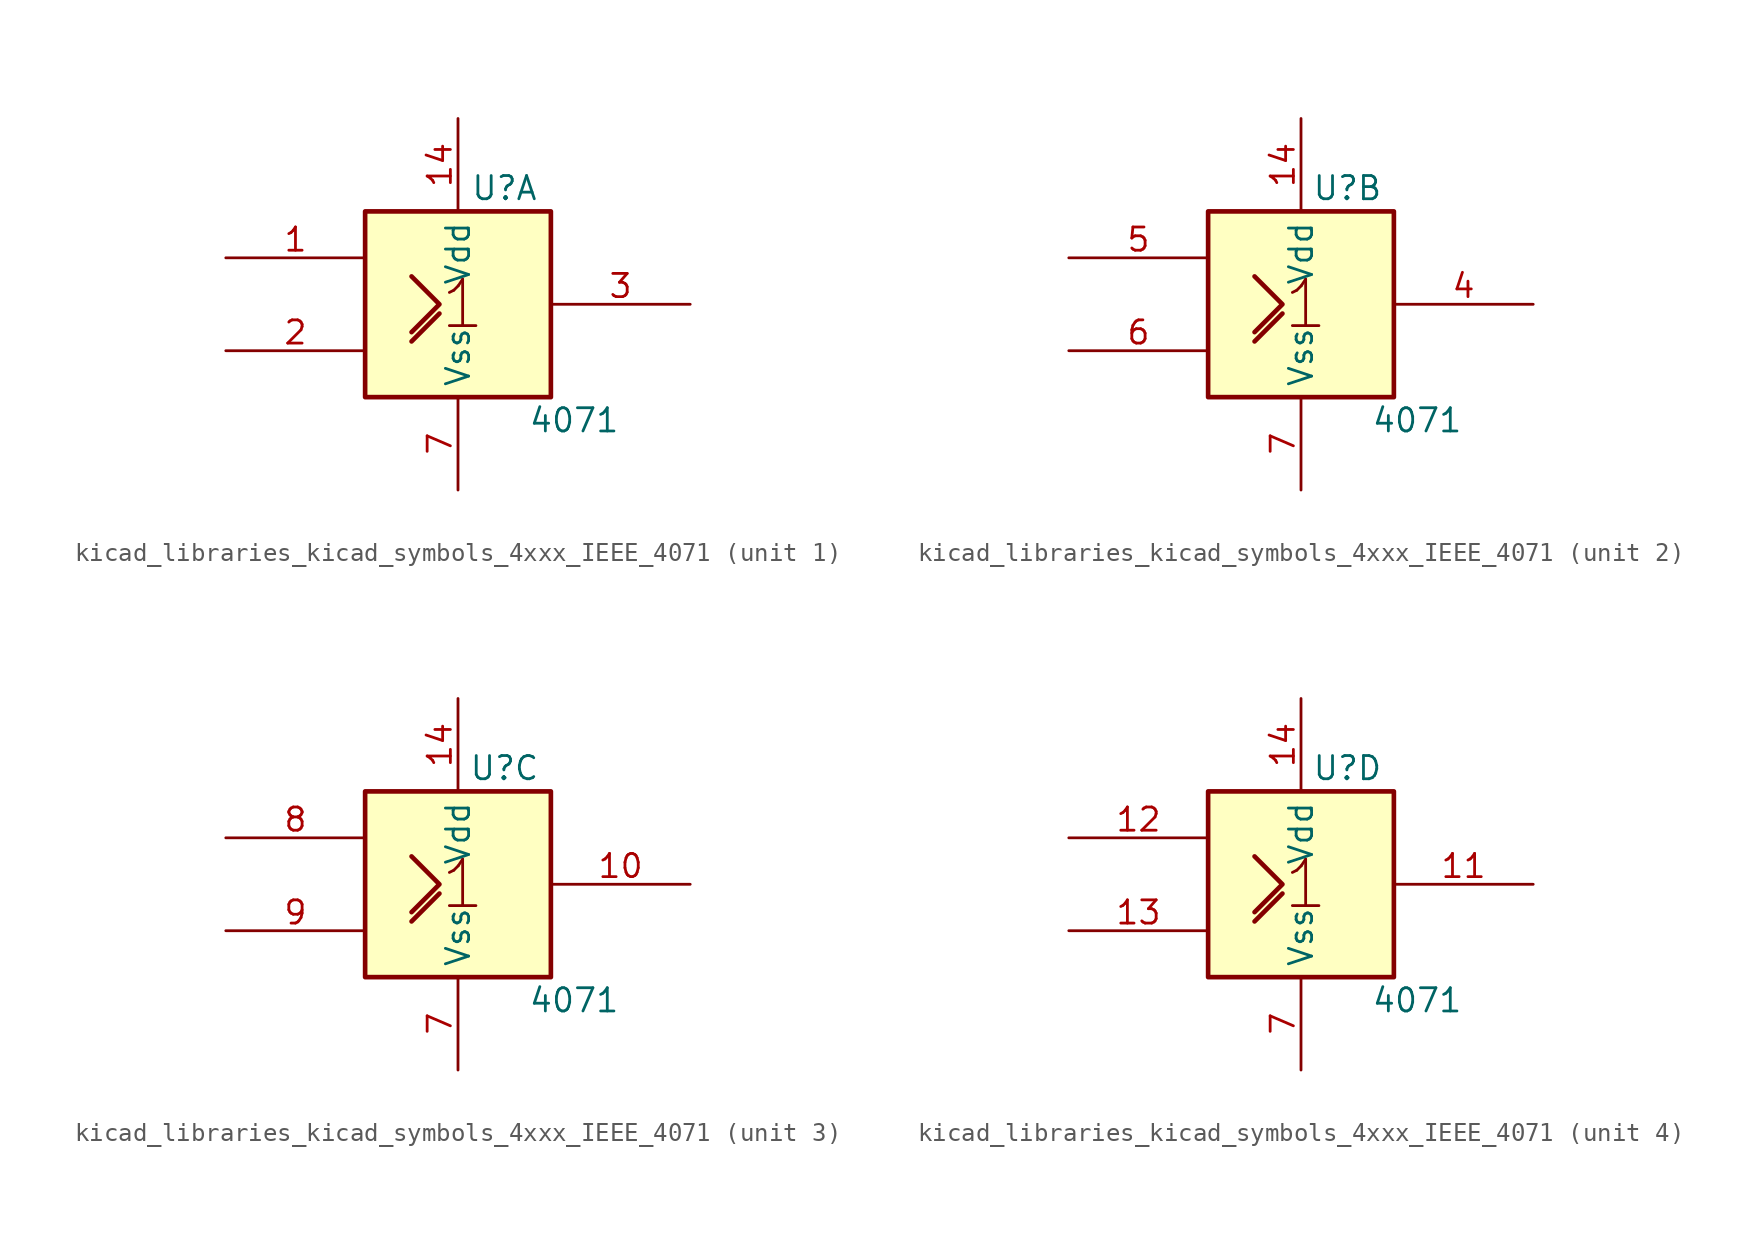
<source format=kicad_sym>
(kicad_symbol_lib
  (version 20220914)
  (generator kicad_symbol_editor)
  (symbol "kicad_libraries_kicad_symbols_4xxx_IEEE_4071"
    (property "Reference" "U"
      (at 2.54 6.35 0)
      (effects (font (size 1.27 1.27))))
    (property "Value" "4071"
      (at 6.35 -6.35 0)
      (effects (font (size 1.27 1.27))))
    (symbol "kicad_libraries_kicad_symbols_4xxx_IEEE_4071_0_0"
      (rectangle (start -5.08 5.08) (end 5.08 -5.08) (stroke (width 0.254) (type default)) (fill (type background)))
      (polyline (pts (xy -2.54 -2.032) (xy -1.016 -0.508) (xy -1.016 -0.508)) (stroke (width 0.254) (type default)) (fill (type background)))
      (polyline (pts (xy -2.54 1.524) (xy -1.016 0) (xy -2.54 -1.524) (xy -2.54 -1.524)) (stroke (width 0.254) (type default)) (fill (type background)))
      (text "1" (at 0.254 0 0) (effects (font (size 2.54 2.54))))
      (pin power_in line (at 0 10.16 270) (length 5.08) (name "Vdd" (effects (font (size 1.27 1.27)))) (number "14" (effects (font (size 1.27 1.27)))))
      (pin power_in line (at 0 -10.16 90) (length 5.08) (name "Vss" (effects (font (size 1.27 1.27)))) (number "7" (effects (font (size 1.27 1.27))))))
    (symbol "kicad_libraries_kicad_symbols_4xxx_IEEE_4071_1_1"
      (pin input line (at -12.7 2.54 0) (length 7.62) (name "~" (effects (font (size 1.27 1.27)))) (number "1" (effects (font (size 1.27 1.27)))))
      (pin input line (at -12.7 -2.54 0) (length 7.62) (name "~" (effects (font (size 1.27 1.27)))) (number "2" (effects (font (size 1.27 1.27)))))
      (pin output line (at 12.7 0 180) (length 7.62) (name "~" (effects (font (size 1.27 1.27)))) (number "3" (effects (font (size 1.27 1.27))))))
    (symbol "kicad_libraries_kicad_symbols_4xxx_IEEE_4071_2_1"
      (pin output line (at 12.7 0 180) (length 7.62) (name "~" (effects (font (size 1.27 1.27)))) (number "4" (effects (font (size 1.27 1.27)))))
      (pin input line (at -12.7 2.54 0) (length 7.62) (name "~" (effects (font (size 1.27 1.27)))) (number "5" (effects (font (size 1.27 1.27)))))
      (pin input line (at -12.7 -2.54 0) (length 7.62) (name "~" (effects (font (size 1.27 1.27)))) (number "6" (effects (font (size 1.27 1.27))))))
    (symbol "kicad_libraries_kicad_symbols_4xxx_IEEE_4071_3_1"
      (pin output line (at 12.7 0 180) (length 7.62) (name "~" (effects (font (size 1.27 1.27)))) (number "10" (effects (font (size 1.27 1.27)))))
      (pin input line (at -12.7 2.54 0) (length 7.62) (name "~" (effects (font (size 1.27 1.27)))) (number "8" (effects (font (size 1.27 1.27)))))
      (pin input line (at -12.7 -2.54 0) (length 7.62) (name "~" (effects (font (size 1.27 1.27)))) (number "9" (effects (font (size 1.27 1.27))))))
    (symbol "kicad_libraries_kicad_symbols_4xxx_IEEE_4071_4_1"
      (pin output line (at 12.7 0 180) (length 7.62) (name "~" (effects (font (size 1.27 1.27)))) (number "11" (effects (font (size 1.27 1.27)))))
      (pin input line (at -12.7 2.54 0) (length 7.62) (name "~" (effects (font (size 1.27 1.27)))) (number "12" (effects (font (size 1.27 1.27)))))
      (pin input line (at -12.7 -2.54 0) (length 7.62) (name "~" (effects (font (size 1.27 1.27)))) (number "13" (effects (font (size 1.27 1.27))))))))
</source>
